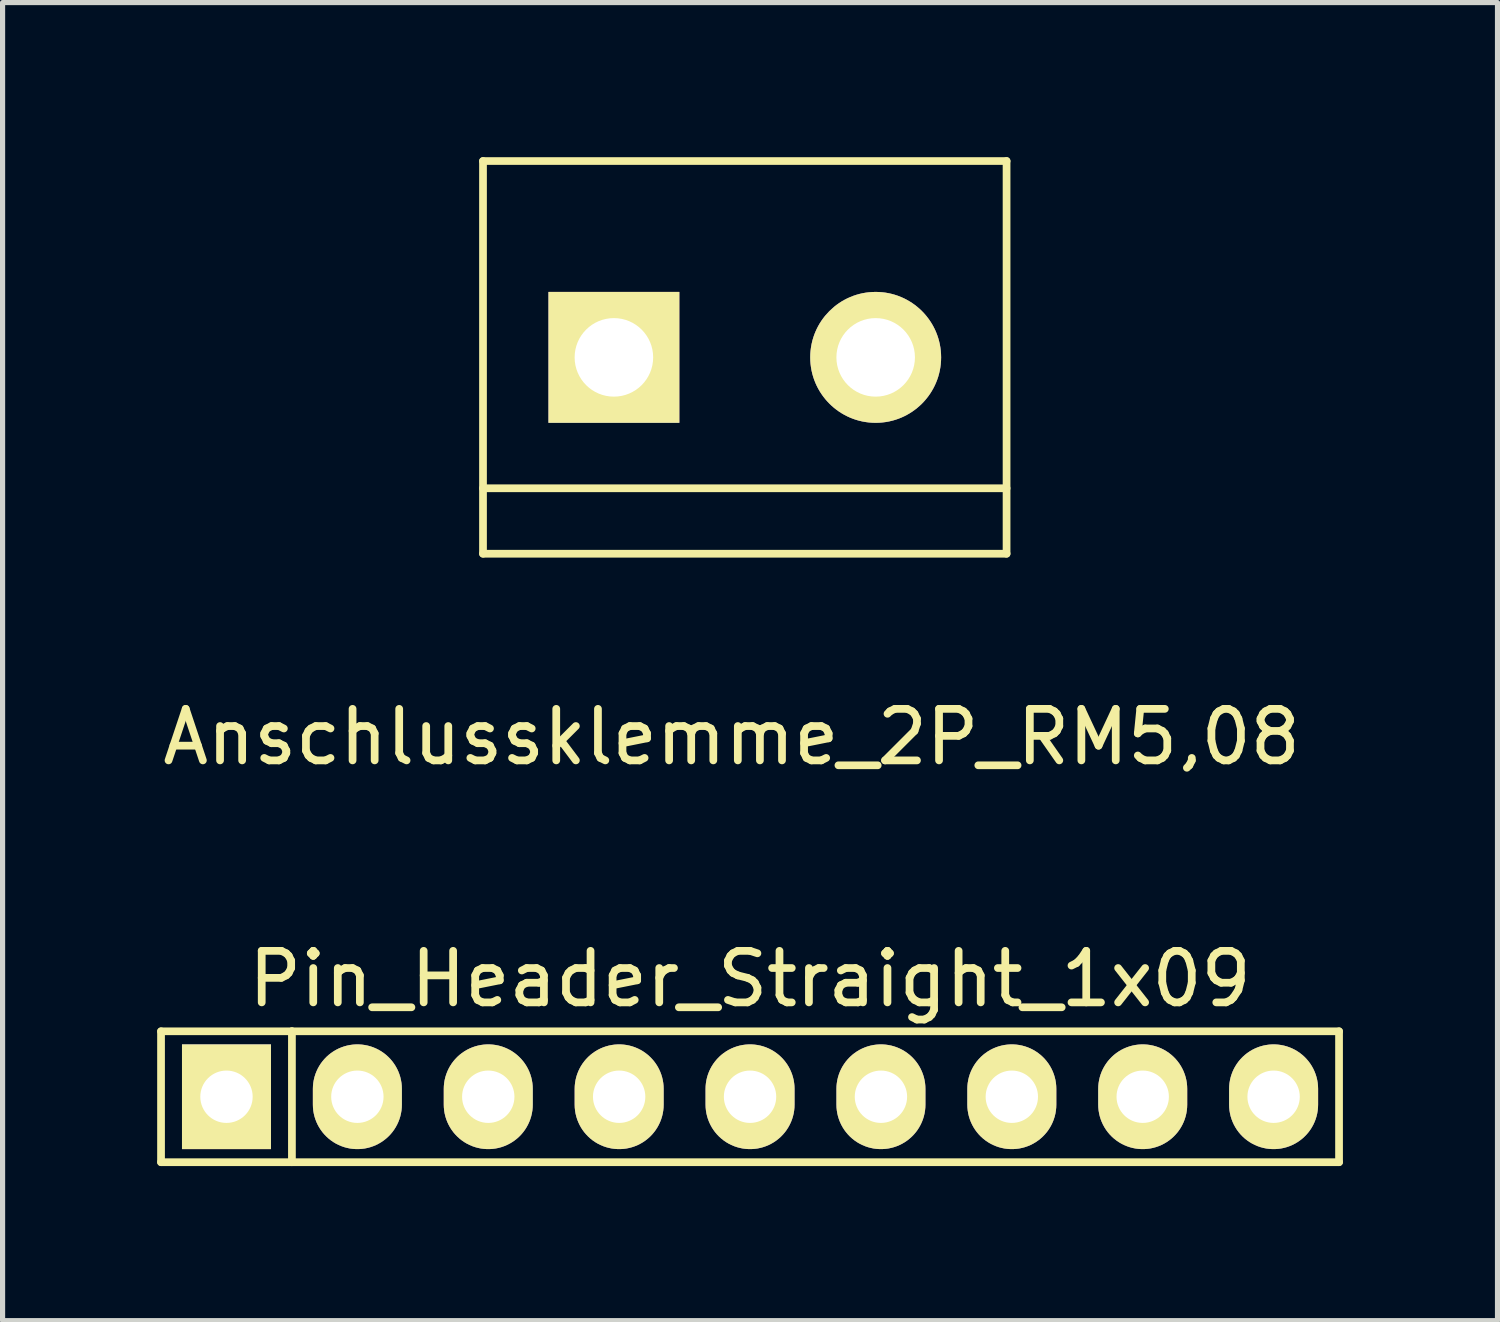
<source format=kicad_pcb>
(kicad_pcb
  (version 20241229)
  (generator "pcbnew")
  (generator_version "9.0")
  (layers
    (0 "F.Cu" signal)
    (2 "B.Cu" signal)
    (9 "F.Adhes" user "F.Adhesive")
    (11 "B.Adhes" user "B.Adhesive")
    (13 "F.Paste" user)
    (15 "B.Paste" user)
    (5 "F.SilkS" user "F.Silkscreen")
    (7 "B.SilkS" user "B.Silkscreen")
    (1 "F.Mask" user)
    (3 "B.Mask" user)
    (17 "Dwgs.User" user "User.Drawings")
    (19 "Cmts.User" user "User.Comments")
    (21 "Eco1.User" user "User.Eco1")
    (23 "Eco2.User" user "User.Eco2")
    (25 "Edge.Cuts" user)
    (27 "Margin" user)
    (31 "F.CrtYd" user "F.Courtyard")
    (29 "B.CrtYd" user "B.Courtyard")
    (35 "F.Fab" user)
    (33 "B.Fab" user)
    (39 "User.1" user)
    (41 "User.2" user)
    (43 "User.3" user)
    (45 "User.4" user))
  (footprint "Anschlussklemme_2P_RM5,08"
    (layer "F.Cu")
    (at 11.403 3.885)
    (property "Reference" "Anschlussklemme_2P_RM5,08" (at -0.254 7.366 0) (layer "F.SilkS") (effects (font (size 1 1) (thickness 0.15))))
    (attr through_hole)
    (fp_line (start -5.08 -3.81) (end -5.08 3.81) (stroke (width 0.15) (type solid)) (layer "F.SilkS"))
    (fp_line (start -5.08 3.81) (end 5.08 3.81) (stroke (width 0.15) (type solid)) (layer "F.SilkS"))
    (fp_line (start 5.08 -3.81) (end -5.08 -3.81) (stroke (width 0.15) (type solid)) (layer "F.SilkS"))
    (fp_line (start 5.08 2.54) (end -5.08 2.54) (stroke (width 0.15) (type solid)) (layer "F.SilkS"))
    (fp_line (start 5.08 3.81) (end 5.08 -3.81) (stroke (width 0.15) (type solid)) (layer "F.SilkS"))
    (pad "1" thru_hole rect (at -2.54 0) (size 2.54 2.54) (drill 1.524) (layers "*.Cu" "*.Mask" "F.SilkS"))
    (pad "2" thru_hole circle (at 2.54 0) (size 2.54 2.54) (drill 1.524) (layers "*.Cu" "*.Mask" "F.SilkS")))
  (footprint "Pin_Header_Straight_1x09"
    (layer "F.Cu")
    (at 11.505 18.233)
    (property "Reference" "Pin_Header_Straight_1x09" (at 0 -2.286 0) (layer "F.SilkS") (effects (font (size 1 1) (thickness 0.15))))
    (attr through_hole)
    (fp_line (start -11.43 -1.27) (end -11.43 1.27) (stroke (width 0.15) (type solid)) (layer "F.SilkS"))
    (fp_line (start -11.43 -1.27) (end -8.89 -1.27) (stroke (width 0.15) (type solid)) (layer "F.SilkS"))
    (fp_line (start -11.43 1.27) (end -8.89 1.27) (stroke (width 0.15) (type solid)) (layer "F.SilkS"))
    (fp_line (start -8.89 -1.27) (end -8.89 1.27) (stroke (width 0.15) (type solid)) (layer "F.SilkS"))
    (fp_line (start -8.89 -1.27) (end 11.43 -1.27) (stroke (width 0.15) (type solid)) (layer "F.SilkS"))
    (fp_line (start 11.43 -1.27) (end 11.43 1.27) (stroke (width 0.15) (type solid)) (layer "F.SilkS"))
    (fp_line (start 11.43 1.27) (end -8.89 1.27) (stroke (width 0.15) (type solid)) (layer "F.SilkS"))
    (pad "1" thru_hole rect (at -10.16 0) (size 1.727 2.032) (drill 1.016) (layers "*.Cu" "*.Mask" "F.SilkS"))
    (pad "2" thru_hole oval (at -7.62 0) (size 1.727 2.032) (drill 1.016) (layers "*.Cu" "*.Mask" "F.SilkS"))
    (pad "3" thru_hole oval (at -5.08 0) (size 1.727 2.032) (drill 1.016) (layers "*.Cu" "*.Mask" "F.SilkS"))
    (pad "4" thru_hole oval (at -2.54 0) (size 1.727 2.032) (drill 1.016) (layers "*.Cu" "*.Mask" "F.SilkS"))
    (pad "5" thru_hole oval (at 0 0) (size 1.727 2.032) (drill 1.016) (layers "*.Cu" "*.Mask" "F.SilkS"))
    (pad "6" thru_hole oval (at 2.54 0) (size 1.727 2.032) (drill 1.016) (layers "*.Cu" "*.Mask" "F.SilkS"))
    (pad "7" thru_hole oval (at 5.08 0) (size 1.727 2.032) (drill 1.016) (layers "*.Cu" "*.Mask" "F.SilkS"))
    (pad "8" thru_hole oval (at 7.62 0) (size 1.727 2.032) (drill 1.016) (layers "*.Cu" "*.Mask" "F.SilkS"))
    (pad "9" thru_hole oval (at 10.16 0) (size 1.727 2.032) (drill 1.016) (layers "*.Cu" "*.Mask" "F.SilkS")))
  (gr_rect
    (start -3 -3)
    (end 26.01 22.578)
    (stroke (width 0.1) (type default))
    (fill no)
    (layer "Edge.Cuts")))
</source>
